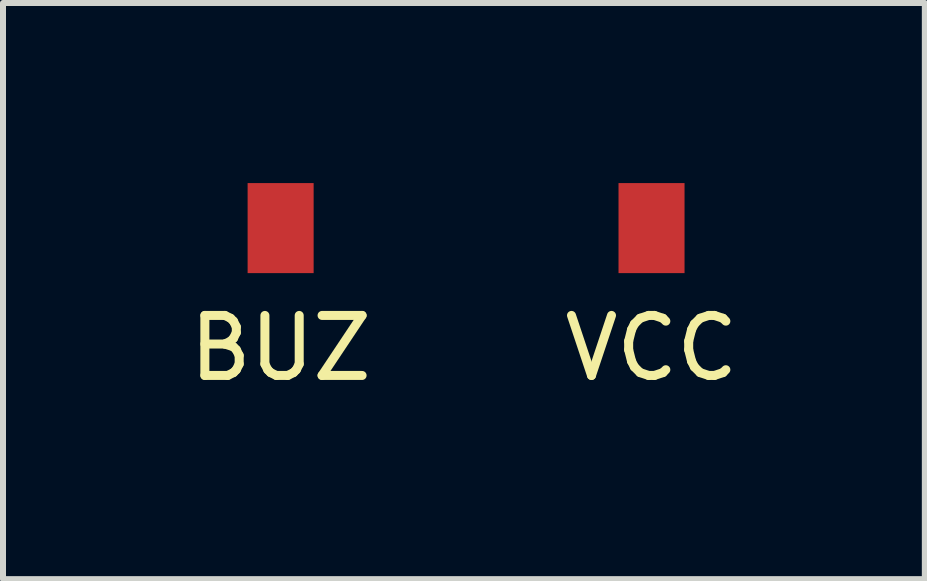
<source format=kicad_pcb>
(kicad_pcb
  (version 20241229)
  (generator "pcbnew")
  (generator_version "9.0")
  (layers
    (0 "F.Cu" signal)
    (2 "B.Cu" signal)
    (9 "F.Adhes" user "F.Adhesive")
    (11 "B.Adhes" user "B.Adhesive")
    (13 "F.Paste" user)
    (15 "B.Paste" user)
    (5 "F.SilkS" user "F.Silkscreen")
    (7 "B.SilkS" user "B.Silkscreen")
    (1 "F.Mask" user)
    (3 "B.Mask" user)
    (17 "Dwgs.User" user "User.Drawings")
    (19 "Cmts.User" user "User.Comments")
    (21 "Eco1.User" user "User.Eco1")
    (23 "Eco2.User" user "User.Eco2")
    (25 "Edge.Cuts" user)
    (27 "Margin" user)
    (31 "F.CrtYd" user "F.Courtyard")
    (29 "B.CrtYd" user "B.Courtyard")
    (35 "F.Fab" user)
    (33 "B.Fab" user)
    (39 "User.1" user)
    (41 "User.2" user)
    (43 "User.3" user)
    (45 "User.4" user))
  (footprint "BUZ"
    (layer "F.Cu")
    (at 1.625 0.75)
    (property "Reference" "BUZ" (at 0 2 0) (layer "F.SilkS") (effects (font (size 1 1) (thickness 0.15))))
    (attr through_hole)
    (pad "1" smd rect (at 0 0) (size 1.1 1.5) (layers "F.Cu" "F.Mask" "F.Paste")))
  (footprint "VCC"
    (layer "F.Cu")
    (at 7.804 0.75)
    (property "Reference" "VCC" (at 0 2 0) (layer "F.SilkS") (effects (font (size 1 1) (thickness 0.15))))
    (attr through_hole)
    (pad "1" smd rect (at 0 0) (size 1.1 1.5) (layers "F.Cu" "F.Mask" "F.Paste")))
  (gr_rect
    (start -3 -3)
    (end 12.357 6.598)
    (stroke (width 0.1) (type default))
    (fill no)
    (layer "Edge.Cuts")))
</source>
